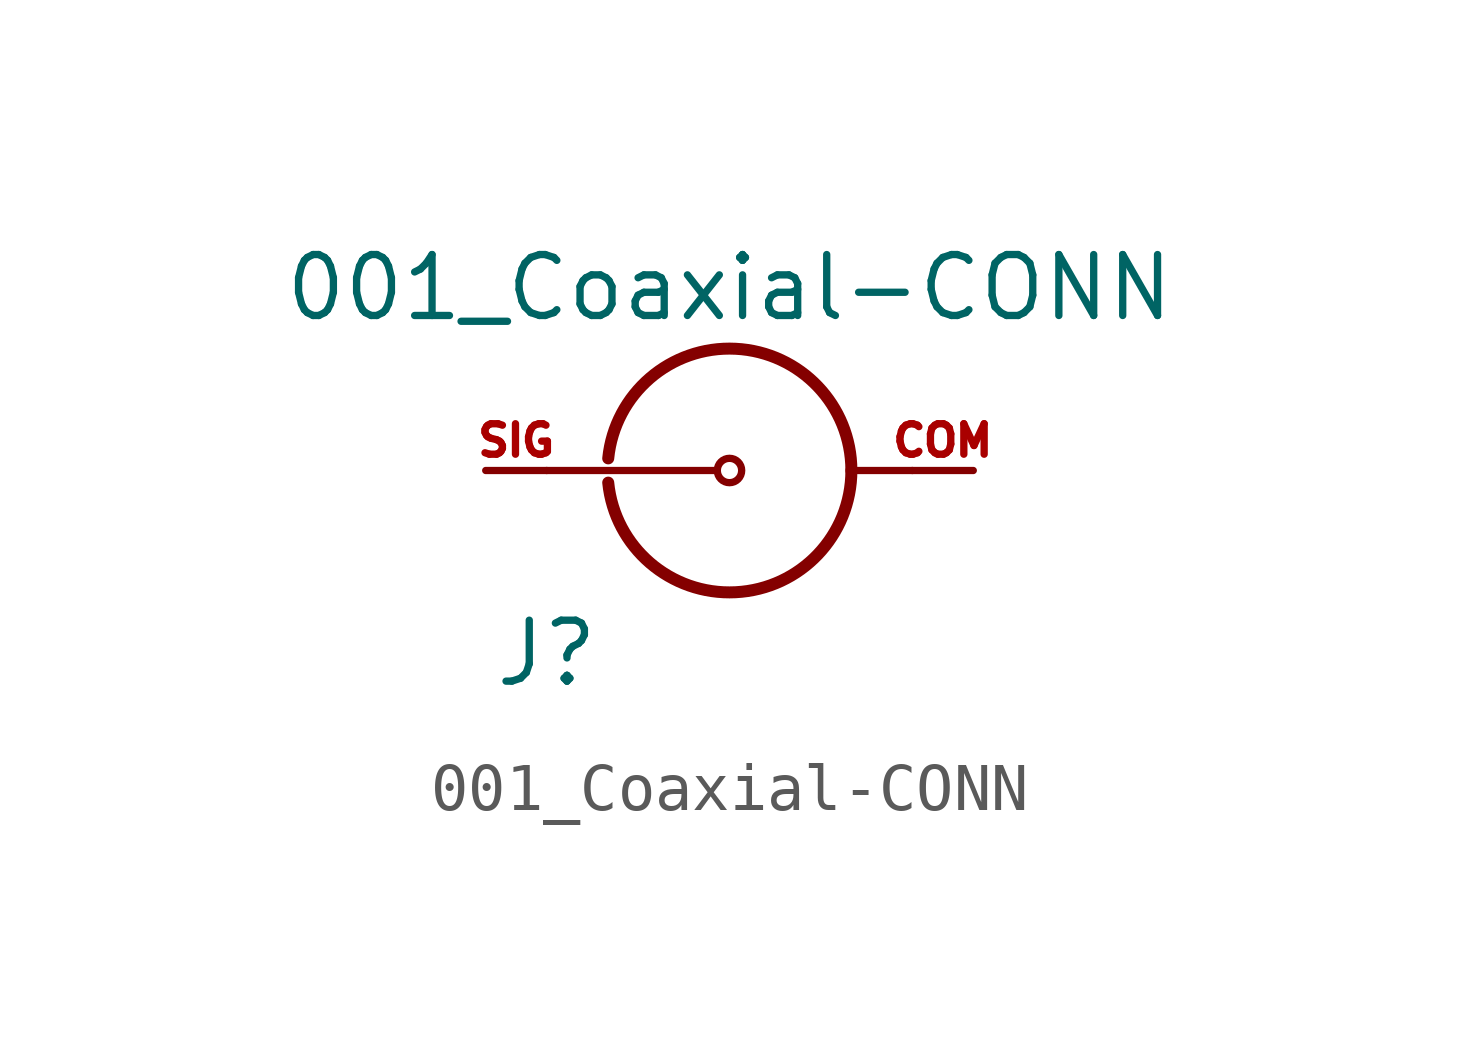
<source format=kicad_sym>
(kicad_symbol_lib
  (version 20211014)
  (generator kicad_symbol_editor)
  (symbol "001_Coaxial-CONN"
    (pin_names hide)
    (property "Reference" "J"
      (at -3.81 -3.81 0)
      (effects (font (size 1.27 1.27))))
    (property "Value" "001_Coaxial-CONN"
      (at 0 3.81 0)
      (effects (font (size 1.27 1.27))))
    (symbol "001_Coaxial-CONN_0_0"
      (arc (start -2.5274 -0.2527) (mid 0.1265 -2.5369) (end 2.54 0) (stroke (width 0.25) (type default) (color 0 0 0 0)) (fill (type none)))
      (polyline (pts (xy -3.81 0) (xy -0.254 0)) (stroke (width 0) (type default) (color 0 0 0 0)) (fill (type none)))
      (polyline (pts (xy 3.81 0) (xy 2.54 0)) (stroke (width 0) (type default) (color 0 0 0 0)) (fill (type none)))
      (arc (start 2.54 0) (mid 0.1265 2.5369) (end -2.5274 0.2527) (stroke (width 0.25) (type default) (color 0 0 0 0)) (fill (type none))))
    (symbol "001_Coaxial-CONN_0_1"
      (circle (center 0 0) (radius 0.254) (stroke (width 0) (type default) (color 0 0 0 0)) (fill (type none))))
    (symbol "001_Coaxial-CONN_1_1"
      (pin passive line (at 5.08 0 180) (length 1.27) (name "Common" (effects (font (size 0.635 0.635)))) (number "COM" (effects (font (size 0.635 0.635)))))
      (pin passive line (at -5.08 0 0) (length 1.27) (name "Signal" (effects (font (size 0.635 0.635)))) (number "SIG" (effects (font (size 0.635 0.635))))))))
</source>
